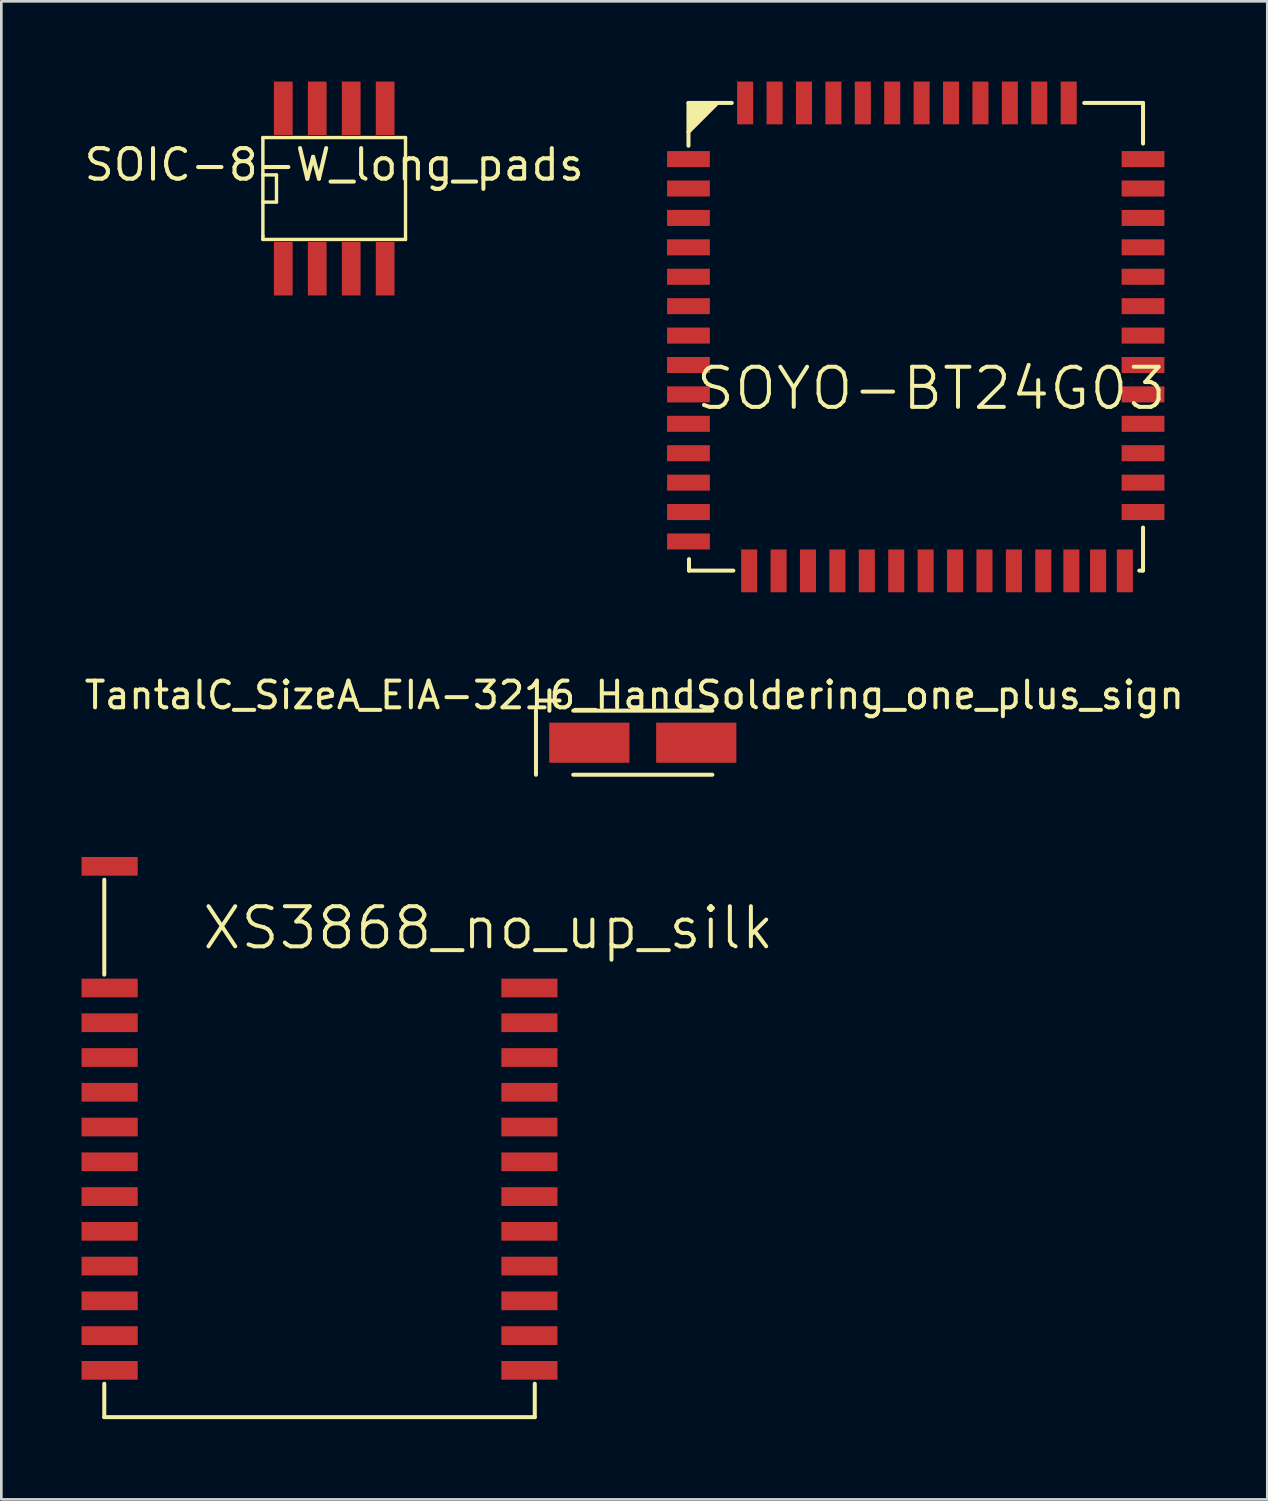
<source format=kicad_pcb>
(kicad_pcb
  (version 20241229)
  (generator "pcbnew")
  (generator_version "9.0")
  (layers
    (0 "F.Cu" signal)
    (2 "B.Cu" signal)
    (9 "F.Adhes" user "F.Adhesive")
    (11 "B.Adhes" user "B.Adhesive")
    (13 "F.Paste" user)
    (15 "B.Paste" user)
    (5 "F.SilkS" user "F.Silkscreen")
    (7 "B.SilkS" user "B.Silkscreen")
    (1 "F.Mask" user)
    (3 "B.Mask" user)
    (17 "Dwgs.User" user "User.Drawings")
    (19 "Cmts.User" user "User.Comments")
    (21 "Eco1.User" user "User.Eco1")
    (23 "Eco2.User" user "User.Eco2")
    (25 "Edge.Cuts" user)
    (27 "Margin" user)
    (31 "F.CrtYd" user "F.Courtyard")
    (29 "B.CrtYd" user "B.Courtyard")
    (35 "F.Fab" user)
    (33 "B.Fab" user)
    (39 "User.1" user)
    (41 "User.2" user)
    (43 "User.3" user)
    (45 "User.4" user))
  (footprint "SOYO-BT24G03"
    (layer "F.Cu")
    (at 22.698 18.3)
    (property "Reference" "SOYO-BT24G03" (at 9.08 -6.82 0) (layer "F.SilkS") (effects (font (size 1.5 1.5) (thickness 0.15))))
    (attr through_hole)
    (fp_line (start 0 -17.5) (end 0 -15.9) (stroke (width 0.15) (type solid)) (layer "F.SilkS"))
    (fp_line (start 0 -16.42) (end 1.04 -17.46) (stroke (width 0.15) (type solid)) (layer "F.SilkS"))
    (fp_line (start 0.01 -17.05) (end 0.43 -17.47) (stroke (width 0.15) (type solid)) (layer "F.SilkS"))
    (fp_line (start 0.02 -16.6) (end 0.88 -17.45) (stroke (width 0.15) (type solid)) (layer "F.SilkS"))
    (fp_line (start 0.02 -0.44) (end 0.02 -0.01) (stroke (width 0.15) (type solid)) (layer "F.SilkS"))
    (fp_line (start 0.02 -0.01) (end 1.68 -0.01) (stroke (width 0.15) (type solid)) (layer "F.SilkS"))
    (fp_line (start 0.03 -16.76) (end 0.72 -17.44) (stroke (width 0.15) (type solid)) (layer "F.SilkS"))
    (fp_line (start 0.06 -17.35) (end 0.16 -17.43) (stroke (width 0.15) (type solid)) (layer "F.SilkS"))
    (fp_line (start 0.26 -17.44) (end 0.06 -17.26) (stroke (width 0.15) (type solid)) (layer "F.SilkS"))
    (fp_line (start 0.61 -17.47) (end 0.05 -16.92) (stroke (width 0.15) (type solid)) (layer "F.SilkS"))
    (fp_line (start 1.62 -17.5) (end 0 -17.5) (stroke (width 0.15) (type solid)) (layer "F.SilkS"))
    (fp_line (start 16.86 -0.01) (end 17 -0.01) (stroke (width 0.15) (type solid)) (layer "F.SilkS"))
    (fp_line (start 17 -17.5) (end 14.8 -17.5) (stroke (width 0.15) (type solid)) (layer "F.SilkS"))
    (fp_line (start 17 -15.98) (end 17 -17.5) (stroke (width 0.15) (type solid)) (layer "F.SilkS"))
    (fp_line (start 17 -0.01) (end 17 -1.62) (stroke (width 0.15) (type solid)) (layer "F.SilkS"))
    (pad "1" smd rect (at 0 -15.4) (size 1.6 0.6) (layers "F.Cu" "F.Mask" "F.Paste"))
    (pad "2" smd rect (at 0 -14.3) (size 1.6 0.6) (layers "F.Cu" "F.Mask" "F.Paste"))
    (pad "3" smd rect (at 0 -13.2) (size 1.6 0.6) (layers "F.Cu" "F.Mask" "F.Paste"))
    (pad "4" smd rect (at 0 -12.1) (size 1.6 0.6) (layers "F.Cu" "F.Mask" "F.Paste"))
    (pad "5" smd rect (at 0 -11) (size 1.6 0.6) (layers "F.Cu" "F.Mask" "F.Paste"))
    (pad "6" smd rect (at 0 -9.9) (size 1.6 0.6) (layers "F.Cu" "F.Mask" "F.Paste"))
    (pad "7" smd rect (at 0 -8.8) (size 1.6 0.6) (layers "F.Cu" "F.Mask" "F.Paste"))
    (pad "8" smd rect (at 0 -7.7) (size 1.6 0.6) (layers "F.Cu" "F.Mask" "F.Paste"))
    (pad "9" smd rect (at 0 -6.6) (size 1.6 0.6) (layers "F.Cu" "F.Mask" "F.Paste"))
    (pad "10" smd rect (at 0 -5.5) (size 1.6 0.6) (layers "F.Cu" "F.Mask" "F.Paste"))
    (pad "11" smd rect (at 0 -4.4) (size 1.6 0.6) (layers "F.Cu" "F.Mask" "F.Paste"))
    (pad "12" smd rect (at 0 -3.3) (size 1.6 0.6) (layers "F.Cu" "F.Mask" "F.Paste"))
    (pad "13" smd rect (at 0 -2.2) (size 1.6 0.6) (layers "F.Cu" "F.Mask" "F.Paste"))
    (pad "14" smd rect (at 2.27 0) (size 0.6 1.6) (layers "F.Cu" "F.Mask" "F.Paste"))
    (pad "15" smd rect (at 3.37 0) (size 0.6 1.6) (layers "F.Cu" "F.Mask" "F.Paste"))
    (pad "16" smd rect (at 4.47 0) (size 0.6 1.6) (layers "F.Cu" "F.Mask" "F.Paste"))
    (pad "17" smd rect (at 5.57 0) (size 0.6 1.6) (layers "F.Cu" "F.Mask" "F.Paste"))
    (pad "18" smd rect (at 6.67 0) (size 0.6 1.6) (layers "F.Cu" "F.Mask" "F.Paste"))
    (pad "19" smd rect (at 7.77 0) (size 0.6 1.6) (layers "F.Cu" "F.Mask" "F.Paste"))
    (pad "20" smd rect (at 8.87 0) (size 0.6 1.6) (layers "F.Cu" "F.Mask" "F.Paste"))
    (pad "21" smd rect (at 9.97 0) (size 0.6 1.6) (layers "F.Cu" "F.Mask" "F.Paste"))
    (pad "22" smd rect (at 11.07 0) (size 0.6 1.6) (layers "F.Cu" "F.Mask" "F.Paste"))
    (pad "23" smd rect (at 12.17 0) (size 0.6 1.6) (layers "F.Cu" "F.Mask" "F.Paste"))
    (pad "24" smd rect (at 13.27 0) (size 0.6 1.6) (layers "F.Cu" "F.Mask" "F.Paste"))
    (pad "25" smd rect (at 14.32 0) (size 0.6 1.6) (layers "F.Cu" "F.Mask" "F.Paste"))
    (pad "26" smd rect (at 17 -2.2) (size 1.6 0.6) (layers "F.Cu" "F.Mask" "F.Paste"))
    (pad "27" smd rect (at 17 -3.3) (size 1.6 0.6) (layers "F.Cu" "F.Mask" "F.Paste"))
    (pad "28" smd rect (at 17 -4.4) (size 1.6 0.6) (layers "F.Cu" "F.Mask" "F.Paste"))
    (pad "29" smd rect (at 17 -5.5) (size 1.6 0.6) (layers "F.Cu" "F.Mask" "F.Paste"))
    (pad "30" smd rect (at 17 -6.6) (size 1.6 0.6) (layers "F.Cu" "F.Mask" "F.Paste"))
    (pad "31" smd rect (at 17 -7.7) (size 1.6 0.6) (layers "F.Cu" "F.Mask" "F.Paste"))
    (pad "32" smd rect (at 17 -8.8) (size 1.6 0.6) (layers "F.Cu" "F.Mask" "F.Paste"))
    (pad "33" smd rect (at 17 -9.9) (size 1.6 0.6) (layers "F.Cu" "F.Mask" "F.Paste"))
    (pad "34" smd rect (at 17 -11) (size 1.6 0.6) (layers "F.Cu" "F.Mask" "F.Paste"))
    (pad "35" smd rect (at 17 -12.1) (size 1.6 0.6) (layers "F.Cu" "F.Mask" "F.Paste"))
    (pad "36" smd rect (at 17 -13.2) (size 1.6 0.6) (layers "F.Cu" "F.Mask" "F.Paste"))
    (pad "37" smd rect (at 17 -14.3) (size 1.6 0.6) (layers "F.Cu" "F.Mask" "F.Paste"))
    (pad "38" smd rect (at 17 -15.4) (size 1.6 0.6) (layers "F.Cu" "F.Mask" "F.Paste"))
    (pad "39" smd rect (at 14.22 -17.5) (size 0.6 1.6) (layers "F.Cu" "F.Mask" "F.Paste"))
    (pad "40" smd rect (at 13.12 -17.5) (size 0.6 1.6) (layers "F.Cu" "F.Mask" "F.Paste"))
    (pad "41" smd rect (at 12.02 -17.5) (size 0.6 1.6) (layers "F.Cu" "F.Mask" "F.Paste"))
    (pad "42" smd rect (at 10.92 -17.5) (size 0.6 1.6) (layers "F.Cu" "F.Mask" "F.Paste"))
    (pad "43" smd rect (at 9.82 -17.5) (size 0.6 1.6) (layers "F.Cu" "F.Mask" "F.Paste"))
    (pad "44" smd rect (at 8.72 -17.5) (size 0.6 1.6) (layers "F.Cu" "F.Mask" "F.Paste"))
    (pad "45" smd rect (at 7.62 -17.5) (size 0.6 1.6) (layers "F.Cu" "F.Mask" "F.Paste"))
    (pad "46" smd rect (at 6.52 -17.5) (size 0.6 1.6) (layers "F.Cu" "F.Mask" "F.Paste"))
    (pad "47" smd rect (at 5.42 -17.5) (size 0.6 1.6) (layers "F.Cu" "F.Mask" "F.Paste"))
    (pad "48" smd rect (at 4.32 -17.5) (size 0.6 1.6) (layers "F.Cu" "F.Mask" "F.Paste"))
    (pad "49" smd rect (at 3.22 -17.5) (size 0.6 1.6) (layers "F.Cu" "F.Mask" "F.Paste"))
    (pad "50" smd rect (at 2.12 -17.5) (size 0.6 1.6) (layers "F.Cu" "F.Mask" "F.Paste"))
    (pad "51" smd rect (at 15.32 0) (size 0.6 1.6) (layers "F.Cu" "F.Mask" "F.Paste"))
    (pad "52" smd rect (at 16.32 0) (size 0.6 1.6) (layers "F.Cu" "F.Mask" "F.Paste"))
    (pad "53" smd rect (at 0 -1.1) (size 1.6 0.6) (layers "F.Cu" "F.Mask" "F.Paste")))
  (footprint "SOIC-8-W_long_pads"
    (layer "F.Cu")
    (at 9.449 4)
    (property "Reference" "SOIC-8-W_long_pads" (at 0 -0.889 0) (layer "F.SilkS") (effects (font (size 1.143 1.143) (thickness 0.152))))
    (attr smd)
    (fp_line (start -2.667 -1.905) (end -2.667 1.778) (stroke (width 0.127) (type solid)) (layer "F.SilkS"))
    (fp_line (start -2.667 -0.508) (end -2.159 -0.508) (stroke (width 0.127) (type solid)) (layer "F.SilkS"))
    (fp_line (start -2.667 1.778) (end -2.667 1.905) (stroke (width 0.127) (type solid)) (layer "F.SilkS"))
    (fp_line (start -2.667 1.905) (end 2.667 1.905) (stroke (width 0.127) (type solid)) (layer "F.SilkS"))
    (fp_line (start -2.159 -0.508) (end -2.159 0.508) (stroke (width 0.127) (type solid)) (layer "F.SilkS"))
    (fp_line (start -2.159 0.508) (end -2.667 0.508) (stroke (width 0.127) (type solid)) (layer "F.SilkS"))
    (fp_line (start 2.667 -1.905) (end -2.667 -1.905) (stroke (width 0.127) (type solid)) (layer "F.SilkS"))
    (fp_line (start 2.667 -1.905) (end 2.667 1.905) (stroke (width 0.127) (type solid)) (layer "F.SilkS"))
    (pad "1" smd rect (at -1.905 3) (size 0.7 2) (layers "F.Cu" "F.Mask" "F.Paste"))
    (pad "2" smd rect (at -0.635 3) (size 0.7 2) (layers "F.Cu" "F.Mask" "F.Paste"))
    (pad "3" smd rect (at 0.635 3) (size 0.7 2) (layers "F.Cu" "F.Mask" "F.Paste"))
    (pad "4" smd rect (at 1.905 3) (size 0.7 2) (layers "F.Cu" "F.Mask" "F.Paste"))
    (pad "5" smd rect (at 1.905 -3) (size 0.7 2) (layers "F.Cu" "F.Mask" "F.Paste"))
    (pad "6" smd rect (at 0.635 -3) (size 0.7 2) (layers "F.Cu" "F.Mask" "F.Paste"))
    (pad "7" smd rect (at -0.635 -3) (size 0.7 2) (layers "F.Cu" "F.Mask" "F.Paste"))
    (pad "8" smd rect (at -1.905 -3) (size 0.7 2) (layers "F.Cu" "F.Mask" "F.Paste")))
  (footprint "TantalC_SizeA_EIA-3216_HandSoldering_one_plus_sign"
    (layer "F.Cu")
    (at 20.99 24.726)
    (property "Reference" "TantalC_SizeA_EIA-3216_HandSoldering_one_plus_sign" (at -0.318 -1.778 0) (layer "F.SilkS") (effects (font (size 1 1) (thickness 0.15))))
    (attr smd)
    (fp_line (start -3.995 -1.199) (end -3.995 1.199) (stroke (width 0.15) (type solid)) (layer "F.SilkS"))
    (fp_line (start -2.601 1.199) (end 2.601 1.199) (stroke (width 0.15) (type solid)) (layer "F.SilkS"))
    (fp_line (start 2.601 -1.199) (end -2.601 -1.199) (stroke (width 0.15) (type solid)) (layer "F.SilkS"))
    (fp_text user "+" (at -3.493 -1.651 0) (layer "F.SilkS") (effects (font (size 1 1) (thickness 0.15))))
    (pad "1" smd rect (at -1.999 0) (size 3 1.501) (layers "F.Cu" "F.Mask" "F.Paste"))
    (pad "2" smd rect (at 1.999 0) (size 3 1.501) (layers "F.Cu" "F.Mask" "F.Paste")))
  (footprint "XS3868_no_up_silk"
    (layer "F.Cu")
    (at 1.05 49.75)
    (property "Reference" "XS3868_no_up_silk" (at 14.161 -18.095 0) (layer "F.SilkS") (effects (font (size 1.5 1.5) (thickness 0.15))))
    (attr through_hole)
    (fp_line (start -0.2 -19.9) (end -0.2 -16.35) (stroke (width 0.15) (type solid)) (layer "F.SilkS"))
    (fp_line (start -0.2 -1.05) (end -0.2 0.2) (stroke (width 0.15) (type solid)) (layer "F.SilkS"))
    (fp_line (start -0.2 0.2) (end 15.9 0.2) (stroke (width 0.15) (type solid)) (layer "F.SilkS"))
    (fp_line (start 15.9 0.2) (end 15.9 -1.05) (stroke (width 0.15) (type solid)) (layer "F.SilkS"))
    (pad "1" smd rect (at 0 -20.4) (size 2.1 0.7) (layers "F.Cu" "F.Mask" "F.Paste"))
    (pad "2" smd rect (at 0 -15.85) (size 2.1 0.7) (layers "F.Cu" "F.Mask" "F.Paste"))
    (pad "3" smd rect (at 0 -14.55) (size 2.1 0.7) (layers "F.Cu" "F.Mask" "F.Paste"))
    (pad "4" smd rect (at 0 -13.25) (size 2.1 0.7) (layers "F.Cu" "F.Mask" "F.Paste"))
    (pad "5" smd rect (at 0 -11.95) (size 2.1 0.7) (layers "F.Cu" "F.Mask" "F.Paste"))
    (pad "6" smd rect (at 0 -10.65) (size 2.1 0.7) (layers "F.Cu" "F.Mask" "F.Paste"))
    (pad "7" smd rect (at 0 -9.35) (size 2.1 0.7) (layers "F.Cu" "F.Mask" "F.Paste"))
    (pad "8" smd rect (at 0 -8.05) (size 2.1 0.7) (layers "F.Cu" "F.Mask" "F.Paste"))
    (pad "9" smd rect (at 0 -6.75) (size 2.1 0.7) (layers "F.Cu" "F.Mask" "F.Paste"))
    (pad "10" smd rect (at 0 -5.45) (size 2.1 0.7) (layers "F.Cu" "F.Mask" "F.Paste"))
    (pad "11" smd rect (at 0 -4.15) (size 2.1 0.7) (layers "F.Cu" "F.Mask" "F.Paste"))
    (pad "12" smd rect (at 0 -2.85) (size 2.1 0.7) (layers "F.Cu" "F.Mask" "F.Paste"))
    (pad "13" smd rect (at 0 -1.55) (size 2.1 0.7) (layers "F.Cu" "F.Mask" "F.Paste"))
    (pad "14" smd rect (at 15.7 -1.55) (size 2.1 0.7) (layers "F.Cu" "F.Mask" "F.Paste"))
    (pad "15" smd rect (at 15.7 -2.85) (size 2.1 0.7) (layers "F.Cu" "F.Mask" "F.Paste"))
    (pad "16" smd rect (at 15.7 -4.15) (size 2.1 0.7) (layers "F.Cu" "F.Mask" "F.Paste"))
    (pad "17" smd rect (at 15.7 -5.45) (size 2.1 0.7) (layers "F.Cu" "F.Mask" "F.Paste"))
    (pad "18" smd rect (at 15.7 -6.75) (size 2.1 0.7) (layers "F.Cu" "F.Mask" "F.Paste"))
    (pad "19" smd rect (at 15.7 -8.05) (size 2.1 0.7) (layers "F.Cu" "F.Mask" "F.Paste"))
    (pad "20" smd rect (at 15.7 -9.35) (size 2.1 0.7) (layers "F.Cu" "F.Mask" "F.Paste"))
    (pad "21" smd rect (at 15.7 -10.65) (size 2.1 0.7) (layers "F.Cu" "F.Mask" "F.Paste"))
    (pad "22" smd rect (at 15.7 -11.95) (size 2.1 0.7) (layers "F.Cu" "F.Mask" "F.Paste"))
    (pad "23" smd rect (at 15.7 -13.25) (size 2.1 0.7) (layers "F.Cu" "F.Mask" "F.Paste"))
    (pad "24" smd rect (at 15.7 -14.55) (size 2.1 0.7) (layers "F.Cu" "F.Mask" "F.Paste"))
    (pad "25" smd rect (at 15.7 -15.85) (size 2.1 0.7) (layers "F.Cu" "F.Mask" "F.Paste")))
  (gr_rect
    (start -3 -3)
    (end 44.345 53.025)
    (stroke (width 0.1) (type default))
    (fill no)
    (layer "Edge.Cuts")))
</source>
